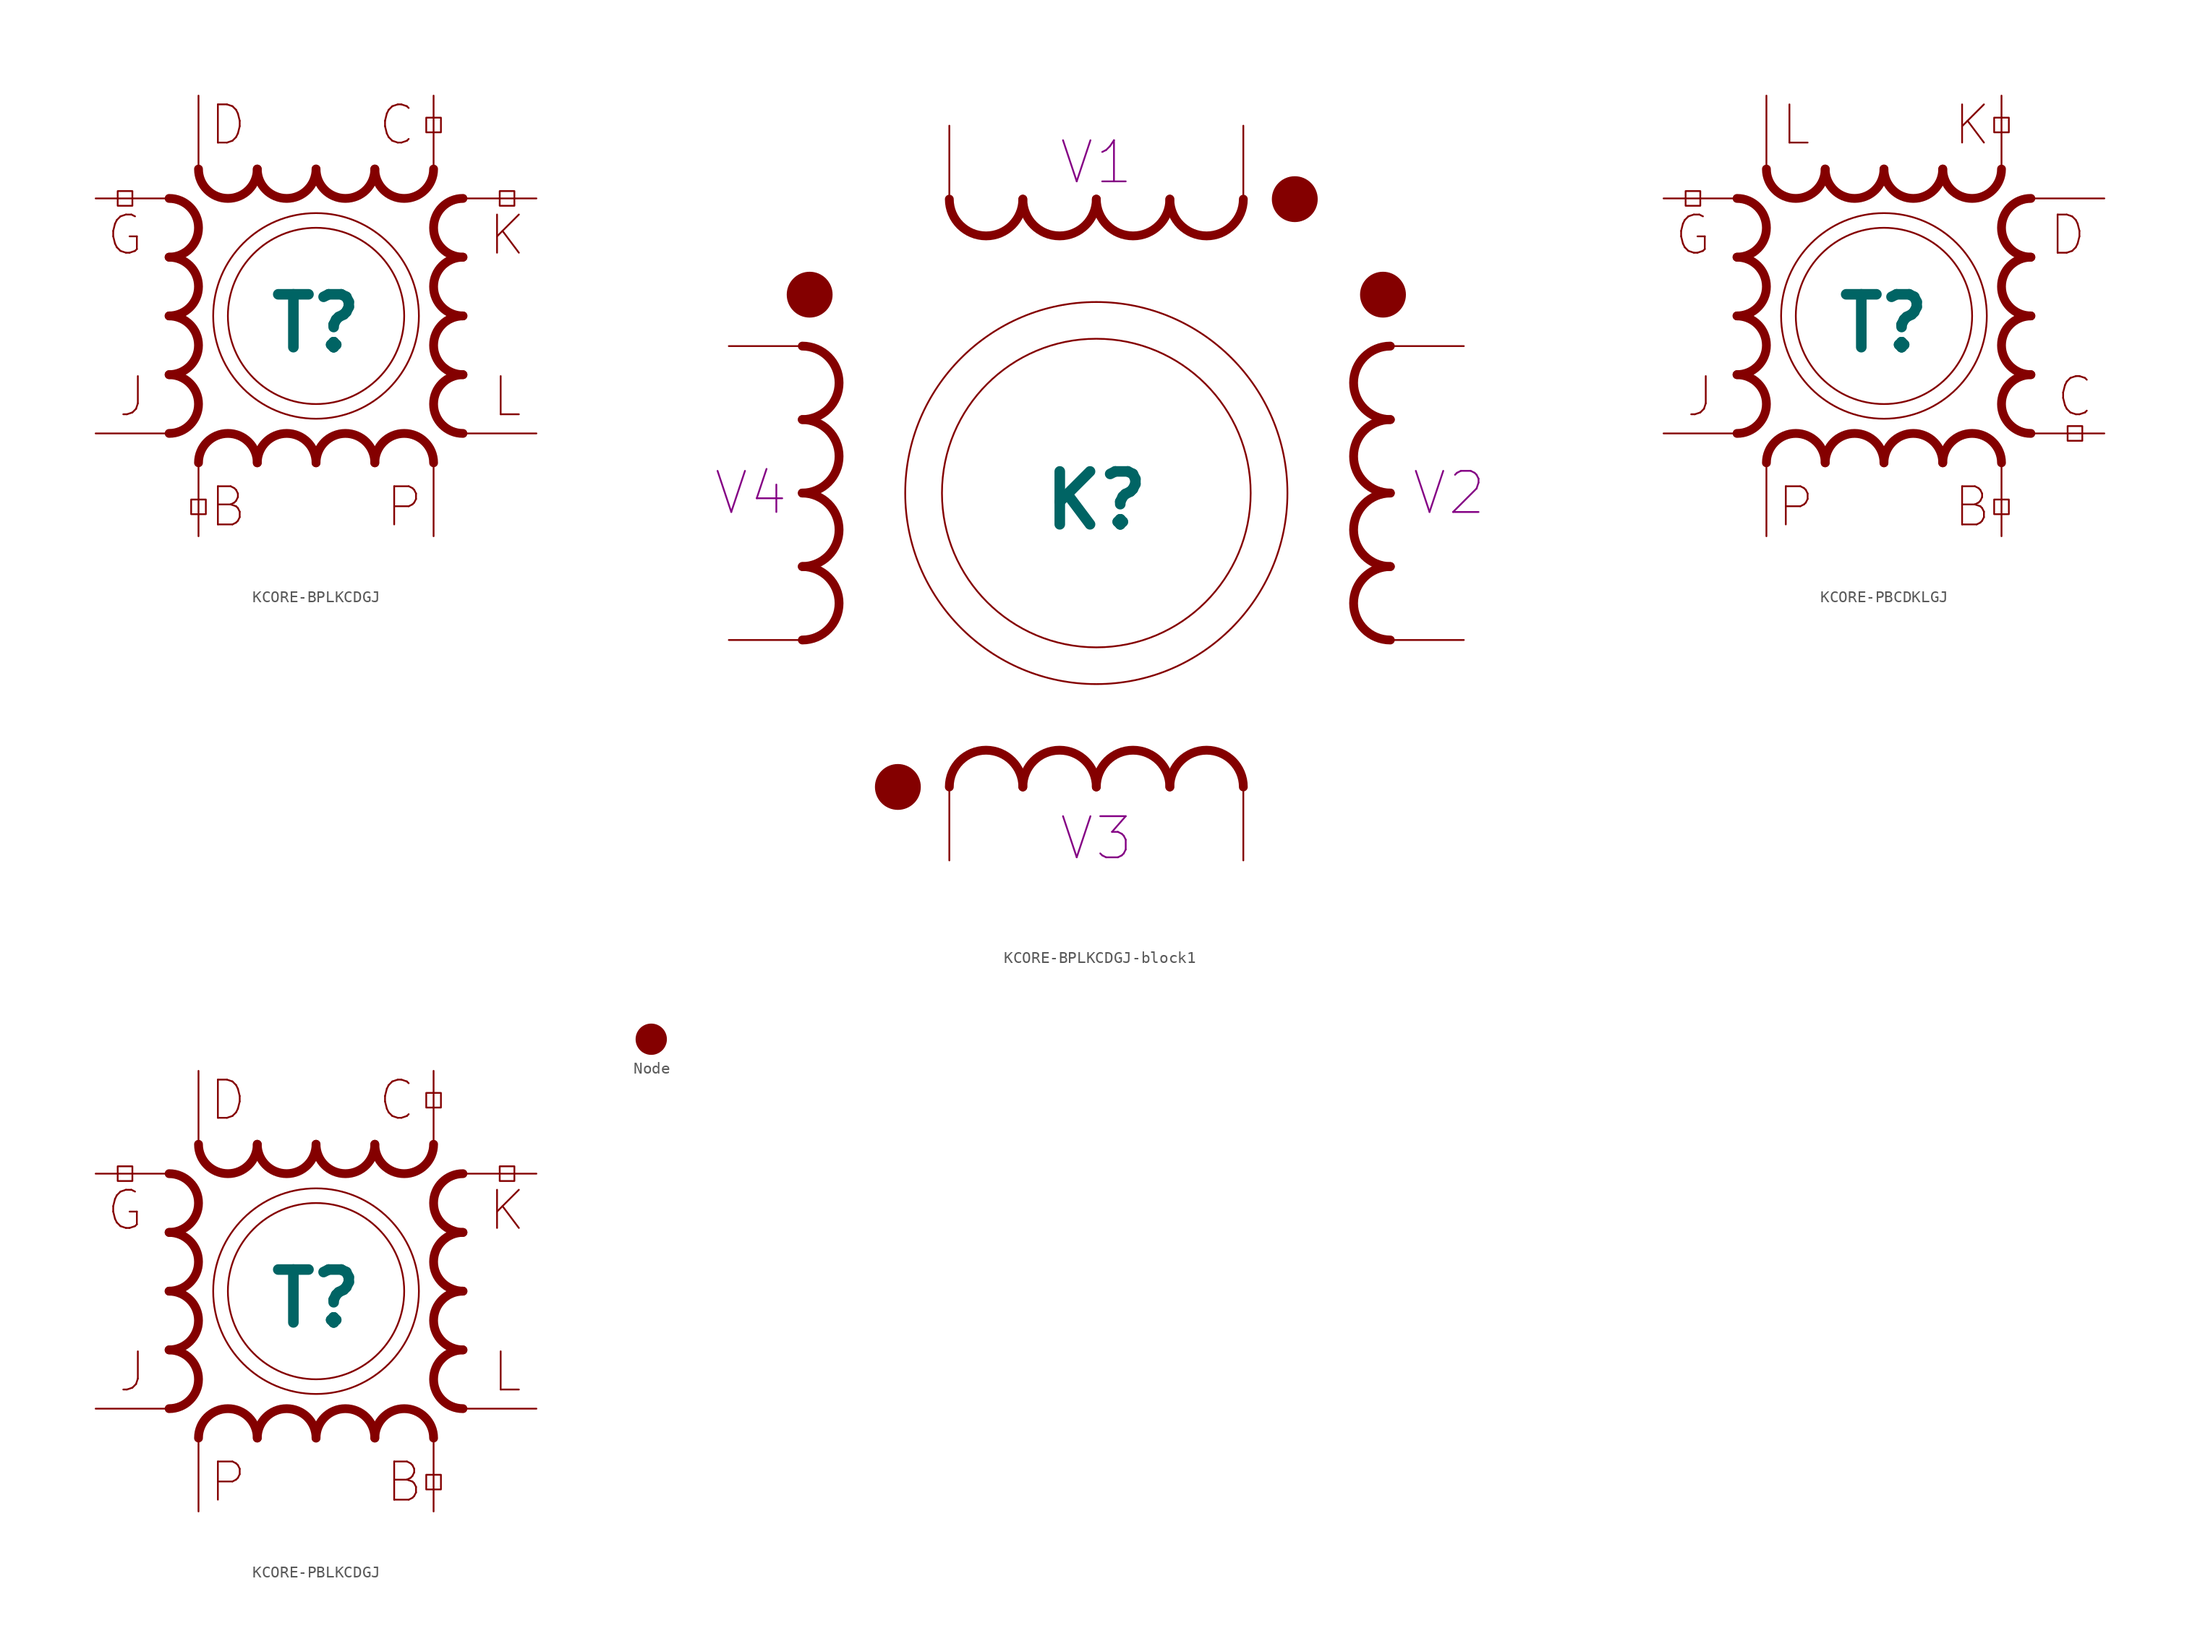
<source format=kicad_sym>
(kicad_symbol_lib
  (version 20211014)
  (generator kicad_symbol_editor)
  (symbol "KCORE-BPLKCDGJ"
    (pin_numbers hide)
    (pin_names
      (offset 0) hide)
    (property "Reference" "T"
      (at 0 -0.635 0)
      (effects (font (size 4.572 4.572) bold)))
    (symbol "KCORE-BPLKCDGJ_0_0"
      (text "B" (at -7.62 -16.51 0) (effects (font (size 3.302 3.302))))
      (text "C" (at 6.985 16.51 0) (effects (font (size 3.302 3.302))))
      (text "D" (at -7.62 16.51 0) (effects (font (size 3.302 3.302))))
      (text "G" (at -16.51 6.985 0) (effects (font (size 3.302 3.302))))
      (text "J" (at -15.875 -6.985 0) (effects (font (size 3.302 3.302))))
      (text "K" (at 16.51 6.985 0) (effects (font (size 3.302 3.302))))
      (text "L" (at 16.51 -6.985 0) (effects (font (size 3.302 3.302))))
      (text "P" (at 7.62 -16.51 0) (effects (font (size 3.302 3.302)))))
    (symbol "KCORE-BPLKCDGJ_0_1"
      (rectangle (start -17.145 10.795) (end -15.875 9.525) (stroke (width 0) (type default) (color 0 0 0 0)) (fill (type none)))
      (rectangle (start -9.525 -15.875) (end -10.795 -17.145) (stroke (width 0) (type default) (color 0 0 0 0)) (fill (type none)))
      (circle (center 0 0) (radius 7.62) (stroke (width 0) (type default) (color 0 0 0 0)) (fill (type none)))
      (circle (center 0 0) (radius 8.89) (stroke (width 0) (type default) (color 0 0 0 0)) (fill (type none)))
      (rectangle (start 9.525 17.145) (end 10.795 15.875) (stroke (width 0) (type default) (color 0 0 0 0)) (fill (type none)))
      (rectangle (start 17.145 9.525) (end 15.875 10.795) (stroke (width 0) (type default) (color 0 0 0 0)) (fill (type none))))
    (symbol "KCORE-BPLKCDGJ_1_1"
      (arc (start -12.7 -10.16) (mid -10.16 -7.62) (end -12.7 -5.08) (stroke (width 0.762) (type default) (color 0 0 0 0)) (fill (type none)))
      (arc (start -12.7 -5.08) (mid -10.16 -2.54) (end -12.7 0) (stroke (width 0.762) (type default) (color 0 0 0 0)) (fill (type none)))
      (arc (start -12.7 0) (mid -10.16 2.54) (end -12.7 5.08) (stroke (width 0.762) (type default) (color 0 0 0 0)) (fill (type none)))
      (arc (start -12.7 5.08) (mid -10.16 7.62) (end -12.7 10.16) (stroke (width 0.762) (type default) (color 0 0 0 0)) (fill (type none)))
      (arc (start -10.16 12.7) (mid -7.62 10.16) (end -5.08 12.7) (stroke (width 0.762) (type default) (color 0 0 0 0)) (fill (type none)))
      (arc (start -5.08 -12.7) (mid -7.62 -10.16) (end -10.16 -12.7) (stroke (width 0.762) (type default) (color 0 0 0 0)) (fill (type none)))
      (arc (start -5.08 12.7) (mid -2.54 10.16) (end 0 12.7) (stroke (width 0.762) (type default) (color 0 0 0 0)) (fill (type none)))
      (arc (start 0 -12.7) (mid -2.54 -10.16) (end -5.08 -12.7) (stroke (width 0.762) (type default) (color 0 0 0 0)) (fill (type none)))
      (arc (start 0 12.7) (mid 2.54 10.16) (end 5.08 12.7) (stroke (width 0.762) (type default) (color 0 0 0 0)) (fill (type none)))
      (arc (start 5.08 -12.7) (mid 2.54 -10.16) (end 0 -12.7) (stroke (width 0.762) (type default) (color 0 0 0 0)) (fill (type none)))
      (arc (start 5.08 12.7) (mid 7.62 10.16) (end 10.16 12.7) (stroke (width 0.762) (type default) (color 0 0 0 0)) (fill (type none)))
      (arc (start 10.16 -12.7) (mid 7.62 -10.16) (end 5.08 -12.7) (stroke (width 0.762) (type default) (color 0 0 0 0)) (fill (type none)))
      (arc (start 12.7 -5.08) (mid 10.16 -7.62) (end 12.7 -10.16) (stroke (width 0.762) (type default) (color 0 0 0 0)) (fill (type none)))
      (arc (start 12.7 0) (mid 10.16 -2.54) (end 12.7 -5.08) (stroke (width 0.762) (type default) (color 0 0 0 0)) (fill (type none)))
      (arc (start 12.7 5.08) (mid 10.16 2.54) (end 12.7 0) (stroke (width 0.762) (type default) (color 0 0 0 0)) (fill (type none)))
      (arc (start 12.7 10.16) (mid 10.16 7.62) (end 12.7 5.08) (stroke (width 0.762) (type default) (color 0 0 0 0)) (fill (type none)))
      (pin passive line (at 10.16 -19.05 90) (length 6.35) (name "P" (effects (font (size 3.556 3.556)))) (number "1" (effects (font (size 3.556 3.556)))))
      (pin passive line (at -10.16 -19.05 90) (length 6.35) (name "B" (effects (font (size 3.556 3.556)))) (number "2" (effects (font (size 3.556 3.556)))))
      (pin passive line (at 10.16 19.05 270) (length 6.35) (name "C" (effects (font (size 3.556 3.556)))) (number "3" (effects (font (size 3.556 3.556)))))
      (pin passive line (at -10.16 19.05 270) (length 6.35) (name "D" (effects (font (size 3.556 3.556)))) (number "4" (effects (font (size 3.556 3.556)))))
      (pin passive line (at 19.05 10.16 180) (length 6.35) (name "K" (effects (font (size 3.556 3.556)))) (number "5" (effects (font (size 3.556 3.556)))))
      (pin passive line (at 19.05 -10.16 180) (length 6.35) (name "L" (effects (font (size 3.556 3.556)))) (number "6" (effects (font (size 3.556 3.556)))))
      (pin passive line (at -19.05 10.16 0) (length 6.35) (name "G" (effects (font (size 3.556 3.556)))) (number "7" (effects (font (size 3.556 3.556)))))
      (pin passive line (at -19.05 -10.16 0) (length 6.35) (name "J" (effects (font (size 3.556 3.556)))) (number "8" (effects (font (size 3.556 3.556)))))))
  (symbol "KCORE-BPLKCDGJ-block1"
    (pin_numbers hide)
    (pin_names
      (offset 0) hide)
    (property "Reference" "K"
      (at 0 -0.635 0)
      (effects (font (size 4.572 4.572) bold)))
    (property "Value2" "V2"
      (at 30.48 0 0)
      (effects (font (size 3.556 3.556))))
    (property "Value3" "V3"
      (at 0 -29.845 0)
      (effects (font (size 3.556 3.556))))
    (property "Value4" "V4"
      (at -29.845 0 0)
      (effects (font (size 3.556 3.556))))
    (property "Value1" "V1"
      (at 0 28.575 0)
      (effects (font (size 3.556 3.556))))
    (symbol "KCORE-BPLKCDGJ-block1_0_1"
      (circle (center -24.765 17.145) (radius 1.905) (stroke (width 0) (type default) (color 0 0 0 0)) (fill (type outline)))
      (circle (center -17.145 -25.4) (radius 1.905) (stroke (width 0) (type default) (color 0 0 0 0)) (fill (type outline)))
      (circle (center 0 0) (radius 13.335) (stroke (width 0) (type default) (color 0 0 0 0)) (fill (type none)))
      (circle (center 0 0) (radius 16.51) (stroke (width 0) (type default) (color 0 0 0 0)) (fill (type none)))
      (circle (center 17.145 25.4) (radius 1.905) (stroke (width 0) (type default) (color 0 0 0 0)) (fill (type outline)))
      (circle (center 24.765 17.145) (radius 1.905) (stroke (width 0) (type default) (color 0 0 0 0)) (fill (type outline))))
    (symbol "KCORE-BPLKCDGJ-block1_1_1"
      (arc (start -25.4 -12.7) (mid -22.225 -9.525) (end -25.4 -6.35) (stroke (width 0.762) (type default) (color 0 0 0 0)) (fill (type none)))
      (arc (start -25.4 -6.35) (mid -22.225 -3.175) (end -25.4 0) (stroke (width 0.762) (type default) (color 0 0 0 0)) (fill (type none)))
      (arc (start -25.4 0) (mid -22.225 3.175) (end -25.4 6.35) (stroke (width 0.762) (type default) (color 0 0 0 0)) (fill (type none)))
      (arc (start -25.4 6.35) (mid -22.225 9.525) (end -25.4 12.7) (stroke (width 0.762) (type default) (color 0 0 0 0)) (fill (type none)))
      (arc (start -12.7 25.4) (mid -9.525 22.225) (end -6.35 25.4) (stroke (width 0.762) (type default) (color 0 0 0 0)) (fill (type none)))
      (arc (start -6.35 -25.4) (mid -9.525 -22.225) (end -12.7 -25.4) (stroke (width 0.762) (type default) (color 0 0 0 0)) (fill (type none)))
      (arc (start -6.35 25.4) (mid -3.175 22.225) (end 0 25.4) (stroke (width 0.762) (type default) (color 0 0 0 0)) (fill (type none)))
      (arc (start 0 -25.4) (mid -3.175 -22.225) (end -6.35 -25.4) (stroke (width 0.762) (type default) (color 0 0 0 0)) (fill (type none)))
      (arc (start 0 25.4) (mid 3.175 22.225) (end 6.35 25.4) (stroke (width 0.762) (type default) (color 0 0 0 0)) (fill (type none)))
      (arc (start 6.35 -25.4) (mid 3.175 -22.225) (end 0 -25.4) (stroke (width 0.762) (type default) (color 0 0 0 0)) (fill (type none)))
      (arc (start 6.35 25.4) (mid 9.525 22.225) (end 12.7 25.4) (stroke (width 0.762) (type default) (color 0 0 0 0)) (fill (type none)))
      (arc (start 12.7 -25.4) (mid 9.525 -22.225) (end 6.35 -25.4) (stroke (width 0.762) (type default) (color 0 0 0 0)) (fill (type none)))
      (arc (start 25.4 -6.35) (mid 22.225 -9.525) (end 25.4 -12.7) (stroke (width 0.762) (type default) (color 0 0 0 0)) (fill (type none)))
      (arc (start 25.4 0) (mid 22.225 -3.175) (end 25.4 -6.35) (stroke (width 0.762) (type default) (color 0 0 0 0)) (fill (type none)))
      (arc (start 25.4 6.35) (mid 22.225 3.175) (end 25.4 0) (stroke (width 0.762) (type default) (color 0 0 0 0)) (fill (type none)))
      (arc (start 25.4 12.7) (mid 22.225 9.525) (end 25.4 6.35) (stroke (width 0.762) (type default) (color 0 0 0 0)) (fill (type none)))
      (pin passive line (at 12.7 -31.75 90) (length 6.35) (name "P" (effects (font (size 3.556 3.556)))) (number "1" (effects (font (size 3.556 3.556)))))
      (pin passive line (at -12.7 -31.75 90) (length 6.35) (name "B" (effects (font (size 3.556 3.556)))) (number "2" (effects (font (size 3.556 3.556)))))
      (pin passive line (at 12.7 31.75 270) (length 6.35) (name "C" (effects (font (size 3.556 3.556)))) (number "3" (effects (font (size 3.556 3.556)))))
      (pin passive line (at -12.7 31.75 270) (length 6.35) (name "D" (effects (font (size 3.556 3.556)))) (number "4" (effects (font (size 3.556 3.556)))))
      (pin passive line (at 31.75 12.7 180) (length 6.35) (name "K" (effects (font (size 3.556 3.556)))) (number "5" (effects (font (size 3.556 3.556)))))
      (pin passive line (at 31.75 -12.7 180) (length 6.35) (name "L" (effects (font (size 3.556 3.556)))) (number "6" (effects (font (size 3.556 3.556)))))
      (pin passive line (at -31.75 12.7 0) (length 6.35) (name "G" (effects (font (size 3.556 3.556)))) (number "7" (effects (font (size 3.556 3.556)))))
      (pin passive line (at -31.75 -12.7 0) (length 6.35) (name "J" (effects (font (size 3.556 3.556)))) (number "8" (effects (font (size 3.556 3.556)))))))
  (symbol "KCORE-PBCDKLGJ"
    (pin_numbers hide)
    (pin_names
      (offset 0) hide)
    (property "Reference" "T"
      (at 0 -0.635 0)
      (effects (font (size 4.572 4.572) bold)))
    (symbol "KCORE-PBCDKLGJ_0_0"
      (text "B" (at 7.62 -16.51 0) (effects (font (size 3.302 3.302))))
      (text "C" (at 16.51 -6.985 0) (effects (font (size 3.302 3.302))))
      (text "D" (at 15.875 6.985 0) (effects (font (size 3.302 3.302))))
      (text "G" (at -16.51 6.985 0) (effects (font (size 3.302 3.302))))
      (text "J" (at -15.875 -6.985 0) (effects (font (size 3.302 3.302))))
      (text "K" (at 7.62 16.51 0) (effects (font (size 3.302 3.302))))
      (text "L" (at -7.62 16.51 0) (effects (font (size 3.302 3.302))))
      (text "P" (at -7.62 -16.51 0) (effects (font (size 3.302 3.302)))))
    (symbol "KCORE-PBCDKLGJ_0_1"
      (rectangle (start -17.145 10.795) (end -15.875 9.525) (stroke (width 0) (type default) (color 0 0 0 0)) (fill (type none)))
      (circle (center 0 0) (radius 7.62) (stroke (width 0) (type default) (color 0 0 0 0)) (fill (type none)))
      (circle (center 0 0) (radius 8.89) (stroke (width 0) (type default) (color 0 0 0 0)) (fill (type none)))
      (rectangle (start 9.525 -15.875) (end 10.795 -17.145) (stroke (width 0) (type default) (color 0 0 0 0)) (fill (type none)))
      (rectangle (start 9.525 17.145) (end 10.795 15.875) (stroke (width 0) (type default) (color 0 0 0 0)) (fill (type none)))
      (rectangle (start 17.145 -9.525) (end 15.875 -10.795) (stroke (width 0) (type default) (color 0 0 0 0)) (fill (type none))))
    (symbol "KCORE-PBCDKLGJ_1_1"
      (arc (start -12.7 -10.16) (mid -10.16 -7.62) (end -12.7 -5.08) (stroke (width 0.762) (type default) (color 0 0 0 0)) (fill (type none)))
      (arc (start -12.7 -5.08) (mid -10.16 -2.54) (end -12.7 0) (stroke (width 0.762) (type default) (color 0 0 0 0)) (fill (type none)))
      (arc (start -12.7 0) (mid -10.16 2.54) (end -12.7 5.08) (stroke (width 0.762) (type default) (color 0 0 0 0)) (fill (type none)))
      (arc (start -12.7 5.08) (mid -10.16 7.62) (end -12.7 10.16) (stroke (width 0.762) (type default) (color 0 0 0 0)) (fill (type none)))
      (arc (start -10.16 12.7) (mid -7.62 10.16) (end -5.08 12.7) (stroke (width 0.762) (type default) (color 0 0 0 0)) (fill (type none)))
      (arc (start -5.08 -12.7) (mid -7.62 -10.16) (end -10.16 -12.7) (stroke (width 0.762) (type default) (color 0 0 0 0)) (fill (type none)))
      (arc (start -5.08 12.7) (mid -2.54 10.16) (end 0 12.7) (stroke (width 0.762) (type default) (color 0 0 0 0)) (fill (type none)))
      (arc (start 0 -12.7) (mid -2.54 -10.16) (end -5.08 -12.7) (stroke (width 0.762) (type default) (color 0 0 0 0)) (fill (type none)))
      (arc (start 0 12.7) (mid 2.54 10.16) (end 5.08 12.7) (stroke (width 0.762) (type default) (color 0 0 0 0)) (fill (type none)))
      (arc (start 5.08 -12.7) (mid 2.54 -10.16) (end 0 -12.7) (stroke (width 0.762) (type default) (color 0 0 0 0)) (fill (type none)))
      (arc (start 5.08 12.7) (mid 7.62 10.16) (end 10.16 12.7) (stroke (width 0.762) (type default) (color 0 0 0 0)) (fill (type none)))
      (arc (start 10.16 -12.7) (mid 7.62 -10.16) (end 5.08 -12.7) (stroke (width 0.762) (type default) (color 0 0 0 0)) (fill (type none)))
      (arc (start 12.7 -5.08) (mid 10.16 -7.62) (end 12.7 -10.16) (stroke (width 0.762) (type default) (color 0 0 0 0)) (fill (type none)))
      (arc (start 12.7 0) (mid 10.16 -2.54) (end 12.7 -5.08) (stroke (width 0.762) (type default) (color 0 0 0 0)) (fill (type none)))
      (arc (start 12.7 5.08) (mid 10.16 2.54) (end 12.7 0) (stroke (width 0.762) (type default) (color 0 0 0 0)) (fill (type none)))
      (arc (start 12.7 10.16) (mid 10.16 7.62) (end 12.7 5.08) (stroke (width 0.762) (type default) (color 0 0 0 0)) (fill (type none)))
      (pin passive line (at -10.16 -19.05 90) (length 6.35) (name "P" (effects (font (size 3.556 3.556)))) (number "1" (effects (font (size 3.556 3.556)))))
      (pin passive line (at 10.16 -19.05 90) (length 6.35) (name "B" (effects (font (size 3.556 3.556)))) (number "2" (effects (font (size 3.556 3.556)))))
      (pin passive line (at 19.05 -10.16 180) (length 6.35) (name "C" (effects (font (size 3.556 3.556)))) (number "3" (effects (font (size 3.556 3.556)))))
      (pin passive line (at 19.05 10.16 180) (length 6.35) (name "D" (effects (font (size 3.556 3.556)))) (number "4" (effects (font (size 3.556 3.556)))))
      (pin passive line (at 10.16 19.05 270) (length 6.35) (name "K" (effects (font (size 3.556 3.556)))) (number "5" (effects (font (size 3.556 3.556)))))
      (pin passive line (at -10.16 19.05 270) (length 6.35) (name "L" (effects (font (size 3.556 3.556)))) (number "6" (effects (font (size 3.556 3.556)))))
      (pin passive line (at -19.05 10.16 0) (length 6.35) (name "G" (effects (font (size 3.556 3.556)))) (number "7" (effects (font (size 3.556 3.556)))))
      (pin passive line (at -19.05 -10.16 0) (length 6.35) (name "J" (effects (font (size 3.556 3.556)))) (number "8" (effects (font (size 3.556 3.556)))))))
  (symbol "KCORE-PBLKCDGJ"
    (pin_numbers hide)
    (pin_names
      (offset 0) hide)
    (property "Reference" "T"
      (at 0 -0.635 0)
      (effects (font (size 4.572 4.572) bold)))
    (symbol "KCORE-PBLKCDGJ_0_0"
      (text "B" (at 7.62 -16.51 0) (effects (font (size 3.302 3.302))))
      (text "C" (at 6.985 16.51 0) (effects (font (size 3.302 3.302))))
      (text "D" (at -7.62 16.51 0) (effects (font (size 3.302 3.302))))
      (text "G" (at -16.51 6.985 0) (effects (font (size 3.302 3.302))))
      (text "J" (at -15.875 -6.985 0) (effects (font (size 3.302 3.302))))
      (text "K" (at 16.51 6.985 0) (effects (font (size 3.302 3.302))))
      (text "L" (at 16.51 -6.985 0) (effects (font (size 3.302 3.302))))
      (text "P" (at -7.62 -16.51 0) (effects (font (size 3.302 3.302)))))
    (symbol "KCORE-PBLKCDGJ_0_1"
      (rectangle (start -17.145 10.795) (end -15.875 9.525) (stroke (width 0) (type default) (color 0 0 0 0)) (fill (type none)))
      (circle (center 0 0) (radius 7.62) (stroke (width 0) (type default) (color 0 0 0 0)) (fill (type none)))
      (circle (center 0 0) (radius 8.89) (stroke (width 0) (type default) (color 0 0 0 0)) (fill (type none)))
      (rectangle (start 9.525 -15.875) (end 10.795 -17.145) (stroke (width 0) (type default) (color 0 0 0 0)) (fill (type none)))
      (rectangle (start 9.525 17.145) (end 10.795 15.875) (stroke (width 0) (type default) (color 0 0 0 0)) (fill (type none)))
      (rectangle (start 17.145 9.525) (end 15.875 10.795) (stroke (width 0) (type default) (color 0 0 0 0)) (fill (type none))))
    (symbol "KCORE-PBLKCDGJ_1_1"
      (arc (start -12.7 -10.16) (mid -10.16 -7.62) (end -12.7 -5.08) (stroke (width 0.762) (type default) (color 0 0 0 0)) (fill (type none)))
      (arc (start -12.7 -5.08) (mid -10.16 -2.54) (end -12.7 0) (stroke (width 0.762) (type default) (color 0 0 0 0)) (fill (type none)))
      (arc (start -12.7 0) (mid -10.16 2.54) (end -12.7 5.08) (stroke (width 0.762) (type default) (color 0 0 0 0)) (fill (type none)))
      (arc (start -12.7 5.08) (mid -10.16 7.62) (end -12.7 10.16) (stroke (width 0.762) (type default) (color 0 0 0 0)) (fill (type none)))
      (arc (start -10.16 12.7) (mid -7.62 10.16) (end -5.08 12.7) (stroke (width 0.762) (type default) (color 0 0 0 0)) (fill (type none)))
      (arc (start -5.08 -12.7) (mid -7.62 -10.16) (end -10.16 -12.7) (stroke (width 0.762) (type default) (color 0 0 0 0)) (fill (type none)))
      (arc (start -5.08 12.7) (mid -2.54 10.16) (end 0 12.7) (stroke (width 0.762) (type default) (color 0 0 0 0)) (fill (type none)))
      (arc (start 0 -12.7) (mid -2.54 -10.16) (end -5.08 -12.7) (stroke (width 0.762) (type default) (color 0 0 0 0)) (fill (type none)))
      (arc (start 0 12.7) (mid 2.54 10.16) (end 5.08 12.7) (stroke (width 0.762) (type default) (color 0 0 0 0)) (fill (type none)))
      (arc (start 5.08 -12.7) (mid 2.54 -10.16) (end 0 -12.7) (stroke (width 0.762) (type default) (color 0 0 0 0)) (fill (type none)))
      (arc (start 5.08 12.7) (mid 7.62 10.16) (end 10.16 12.7) (stroke (width 0.762) (type default) (color 0 0 0 0)) (fill (type none)))
      (arc (start 10.16 -12.7) (mid 7.62 -10.16) (end 5.08 -12.7) (stroke (width 0.762) (type default) (color 0 0 0 0)) (fill (type none)))
      (arc (start 12.7 -5.08) (mid 10.16 -7.62) (end 12.7 -10.16) (stroke (width 0.762) (type default) (color 0 0 0 0)) (fill (type none)))
      (arc (start 12.7 0) (mid 10.16 -2.54) (end 12.7 -5.08) (stroke (width 0.762) (type default) (color 0 0 0 0)) (fill (type none)))
      (arc (start 12.7 5.08) (mid 10.16 2.54) (end 12.7 0) (stroke (width 0.762) (type default) (color 0 0 0 0)) (fill (type none)))
      (arc (start 12.7 10.16) (mid 10.16 7.62) (end 12.7 5.08) (stroke (width 0.762) (type default) (color 0 0 0 0)) (fill (type none)))
      (pin passive line (at -10.16 -19.05 90) (length 6.35) (name "P" (effects (font (size 3.556 3.556)))) (number "1" (effects (font (size 3.556 3.556)))))
      (pin passive line (at 10.16 -19.05 90) (length 6.35) (name "B" (effects (font (size 3.556 3.556)))) (number "2" (effects (font (size 3.556 3.556)))))
      (pin passive line (at 10.16 19.05 270) (length 6.35) (name "C" (effects (font (size 3.556 3.556)))) (number "3" (effects (font (size 3.556 3.556)))))
      (pin passive line (at -10.16 19.05 270) (length 6.35) (name "D" (effects (font (size 3.556 3.556)))) (number "4" (effects (font (size 3.556 3.556)))))
      (pin passive line (at 19.05 10.16 180) (length 6.35) (name "K" (effects (font (size 3.556 3.556)))) (number "5" (effects (font (size 3.556 3.556)))))
      (pin passive line (at 19.05 -10.16 180) (length 6.35) (name "L" (effects (font (size 3.556 3.556)))) (number "6" (effects (font (size 3.556 3.556)))))
      (pin passive line (at -19.05 10.16 0) (length 6.35) (name "G" (effects (font (size 3.556 3.556)))) (number "7" (effects (font (size 3.556 3.556)))))
      (pin passive line (at -19.05 -10.16 0) (length 6.35) (name "J" (effects (font (size 3.556 3.556)))) (number "8" (effects (font (size 3.556 3.556)))))))
  (symbol "Node"
    (pin_numbers hide)
    (pin_names
      (offset 0) hide)
    (property "Reference" "N"
      (at 0 2.54 0)
      (effects (font (size 1.27 1.27)) hide))
    (symbol "Node_0_1"
      (circle (center 0 0) (radius 1.27) (stroke (width 0) (type default) (color 0 0 0 0)) (fill (type outline))))
    (symbol "Node_1_1"
      (pin passive line (at 0 0 180) (length 0) (name "1" (effects (font (size 1.27 1.27)))) (number "1" (effects (font (size 1.27 1.27))))))))
</source>
